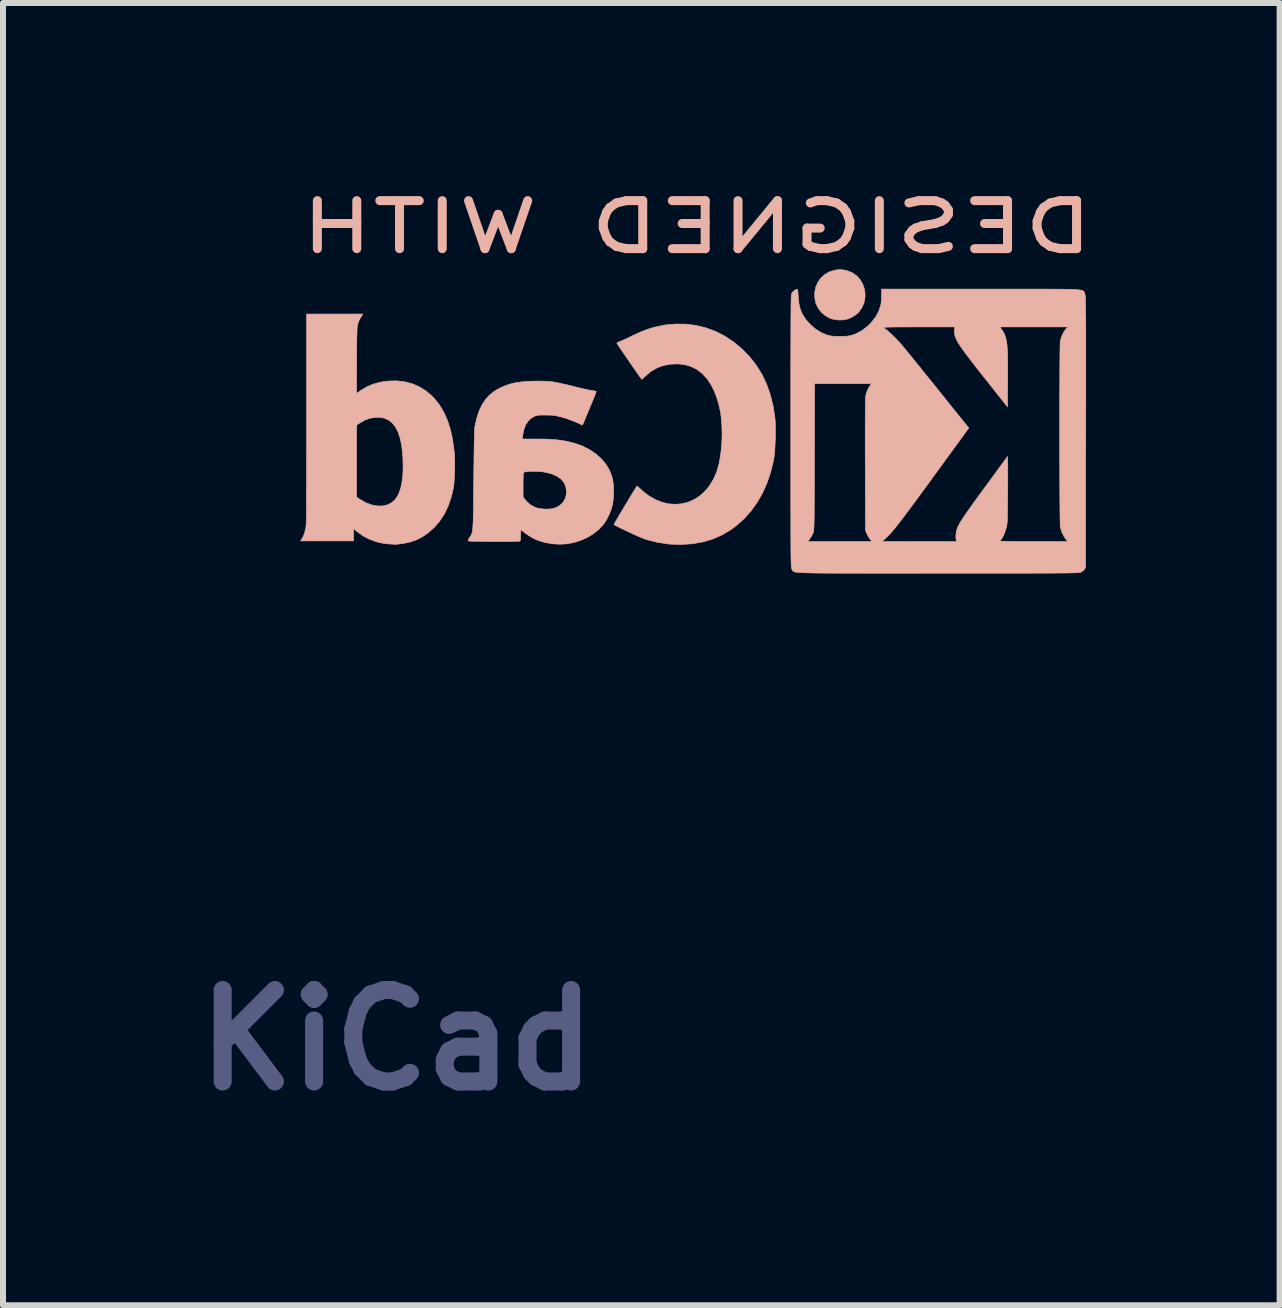
<source format=kicad_pcb>
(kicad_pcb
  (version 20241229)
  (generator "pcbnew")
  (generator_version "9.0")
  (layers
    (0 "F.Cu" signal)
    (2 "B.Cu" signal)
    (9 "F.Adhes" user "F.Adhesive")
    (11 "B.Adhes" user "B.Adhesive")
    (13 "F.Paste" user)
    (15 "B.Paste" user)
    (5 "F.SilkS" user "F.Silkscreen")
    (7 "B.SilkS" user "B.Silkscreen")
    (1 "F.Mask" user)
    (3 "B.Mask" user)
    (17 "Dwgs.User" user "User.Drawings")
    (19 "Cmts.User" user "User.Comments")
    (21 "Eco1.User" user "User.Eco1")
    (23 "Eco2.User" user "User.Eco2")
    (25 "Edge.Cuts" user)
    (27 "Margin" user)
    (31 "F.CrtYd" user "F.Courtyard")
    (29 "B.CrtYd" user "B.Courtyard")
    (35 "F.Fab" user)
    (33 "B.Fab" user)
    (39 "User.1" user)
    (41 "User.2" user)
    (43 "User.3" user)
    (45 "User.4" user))
  (footprint "KiCad"
    (layer "F.Cu")
    (at 8.963 3.931)
    (property "Reference" "KiCad" (at -5.4 10.35 0) (layer "B.Fab") (effects (font (size 1.524 1.524) (thickness 0.3))))
    (attr through_hole)
    (fp_poly (pts (xy 1.933 -2.485) (xy 1.893 -2.478) (xy 1.805 -2.45) (xy 1.729 -2.406) (xy 1.665 -2.348) (xy 1.615 -2.278) (xy 1.58 -2.199) (xy 1.563 -2.112) (xy 1.562 -2.037) (xy 1.568 -1.993) (xy 1.576 -1.949) (xy 1.584 -1.92) (xy 1.622 -1.844) (xy 1.676 -1.775) (xy 1.743 -1.719) (xy 1.819 -1.677) (xy 1.826 -1.674) (xy 1.885 -1.659) (xy 1.953 -1.65) (xy 2.023 -1.65) (xy 2.086 -1.659) (xy 2.098 -1.662) (xy 2.164 -1.687) (xy 2.227 -1.723) (xy 2.281 -1.766) (xy 2.298 -1.783) (xy 2.349 -1.856) (xy 2.383 -1.934) (xy 2.4 -2.015) (xy 2.401 -2.097) (xy 2.387 -2.177) (xy 2.36 -2.253) (xy 2.318 -2.322) (xy 2.264 -2.382) (xy 2.198 -2.43) (xy 2.12 -2.464) (xy 2.088 -2.473) (xy 2.029 -2.485) (xy 1.98 -2.488) (xy 1.933 -2.485)) (stroke (width 0.01) (type solid)) (fill yes) (layer "B.SilkS"))
    (fp_poly (pts (xy -6.904 -0.008) (xy -6.904 0.217) (xy -6.904 0.429) (xy -6.905 0.629) (xy -6.905 0.815) (xy -6.905 0.986) (xy -6.906 1.143) (xy -6.907 1.285) (xy -6.907 1.411) (xy -6.908 1.519) (xy -6.909 1.611) (xy -6.91 1.685) (xy -6.911 1.74) (xy -6.913 1.776) (xy -6.914 1.792) (xy -6.932 1.877) (xy -6.954 1.946) (xy -6.98 1.995) (xy -7.005 2.032) (xy -6.122 2.032) (xy -6.122 1.828) (xy -6.054 1.884) (xy -5.959 1.951) (xy -5.852 2.006) (xy -5.739 2.047) (xy -5.625 2.073) (xy -5.588 2.077) (xy -5.524 2.083) (xy -5.477 2.086) (xy -5.441 2.088) (xy -5.414 2.088) (xy -5.392 2.087) (xy -5.39 2.087) (xy -5.276 2.071) (xy -5.176 2.049) (xy -5.087 2.019) (xy -5.004 1.98) (xy -4.922 1.928) (xy -4.884 1.9) (xy -4.778 1.808) (xy -4.687 1.702) (xy -4.608 1.582) (xy -4.544 1.447) (xy -4.493 1.297) (xy -4.46 1.158) (xy -4.452 1.105) (xy -4.446 1.036) (xy -4.441 0.955) (xy -4.438 0.868) (xy -4.437 0.801) (xy -5.296 0.801) (xy -5.301 0.942) (xy -5.317 1.066) (xy -5.342 1.173) (xy -5.376 1.262) (xy -5.421 1.333) (xy -5.431 1.345) (xy -5.49 1.397) (xy -5.559 1.432) (xy -5.637 1.449) (xy -5.723 1.45) (xy -5.812 1.434) (xy -5.919 1.396) (xy -6.017 1.339) (xy -6.028 1.332) (xy -6.071 1.3) (xy -6.071 0.103) (xy -6.028 0.073) (xy -5.934 0.019) (xy -5.84 -0.014) (xy -5.744 -0.028) (xy -5.688 -0.027) (xy -5.608 -0.013) (xy -5.537 0.019) (xy -5.476 0.067) (xy -5.424 0.133) (xy -5.381 0.216) (xy -5.347 0.318) (xy -5.321 0.437) (xy -5.305 0.574) (xy -5.3 0.643) (xy -5.296 0.801) (xy -4.437 0.801) (xy -4.436 0.778) (xy -4.437 0.691) (xy -4.44 0.61) (xy -4.445 0.54) (xy -4.47 0.354) (xy -4.506 0.184) (xy -4.555 0.029) (xy -4.616 -0.109) (xy -4.69 -0.233) (xy -4.776 -0.342) (xy -4.805 -0.372) (xy -4.907 -0.461) (xy -5.019 -0.532) (xy -5.139 -0.585) (xy -5.267 -0.619) (xy -5.402 -0.635) (xy -5.543 -0.632) (xy -5.553 -0.631) (xy -5.685 -0.611) (xy -5.803 -0.578) (xy -5.91 -0.531) (xy -6.006 -0.472) (xy -6.071 -0.426) (xy -6.07 -0.942) (xy -6.07 -1.045) (xy -6.07 -1.145) (xy -6.069 -1.238) (xy -6.068 -1.323) (xy -6.066 -1.397) (xy -6.064 -1.457) (xy -6.063 -1.503) (xy -6.061 -1.531) (xy -6.06 -1.533) (xy -6.051 -1.585) (xy -6.035 -1.632) (xy -6.009 -1.681) (xy -5.985 -1.72) (xy -5.967 -1.748) (xy -6.904 -1.748) (xy -6.904 -0.008)) (stroke (width 0.01) (type solid)) (fill yes) (layer "B.SilkS"))
    (fp_poly (pts (xy -0.931 -1.566) (xy -1.105 -1.53) (xy -1.214 -1.497) (xy -1.26 -1.48) (xy -1.319 -1.457) (xy -1.383 -1.429) (xy -1.449 -1.399) (xy -1.489 -1.38) (xy -1.545 -1.352) (xy -1.598 -1.327) (xy -1.644 -1.307) (xy -1.679 -1.292) (xy -1.697 -1.285) (xy -1.721 -1.276) (xy -1.734 -1.266) (xy -1.735 -1.264) (xy -1.728 -1.253) (xy -1.712 -1.228) (xy -1.687 -1.191) (xy -1.656 -1.144) (xy -1.619 -1.091) (xy -1.579 -1.032) (xy -1.537 -0.971) (xy -1.495 -0.91) (xy -1.454 -0.85) (xy -1.415 -0.795) (xy -1.381 -0.746) (xy -1.353 -0.706) (xy -1.332 -0.678) (xy -1.321 -0.662) (xy -1.319 -0.66) (xy -1.31 -0.667) (xy -1.29 -0.685) (xy -1.263 -0.71) (xy -1.256 -0.717) (xy -1.167 -0.793) (xy -1.069 -0.85) (xy -0.961 -0.89) (xy -0.843 -0.913) (xy -0.838 -0.913) (xy -0.715 -0.918) (xy -0.6 -0.904) (xy -0.494 -0.873) (xy -0.397 -0.823) (xy -0.31 -0.755) (xy -0.231 -0.67) (xy -0.163 -0.568) (xy -0.104 -0.448) (xy -0.056 -0.312) (xy -0.04 -0.256) (xy -0.023 -0.187) (xy -0.01 -0.126) (xy -0.001 -0.065) (xy 0.007 0.002) (xy 0.013 0.08) (xy 0.015 0.103) (xy 0.019 0.235) (xy 0.016 0.37) (xy 0.006 0.504) (xy -0.011 0.633) (xy -0.034 0.752) (xy -0.063 0.857) (xy -0.071 0.881) (xy -0.125 1.005) (xy -0.191 1.113) (xy -0.267 1.206) (xy -0.353 1.283) (xy -0.447 1.343) (xy -0.548 1.387) (xy -0.653 1.413) (xy -0.762 1.422) (xy -0.873 1.414) (xy -0.985 1.387) (xy -1.097 1.342) (xy -1.206 1.278) (xy -1.312 1.195) (xy -1.329 1.179) (xy -1.36 1.151) (xy -1.384 1.131) (xy -1.398 1.12) (xy -1.401 1.119) (xy -1.409 1.132) (xy -1.426 1.16) (xy -1.451 1.199) (xy -1.481 1.249) (xy -1.515 1.305) (xy -1.552 1.367) (xy -1.591 1.431) (xy -1.629 1.496) (xy -1.667 1.558) (xy -1.701 1.616) (xy -1.731 1.667) (xy -1.755 1.708) (xy -1.773 1.738) (xy -1.782 1.754) (xy -1.783 1.756) (xy -1.773 1.764) (xy -1.748 1.779) (xy -1.71 1.799) (xy -1.661 1.823) (xy -1.605 1.85) (xy -1.545 1.879) (xy -1.482 1.908) (xy -1.421 1.936) (xy -1.363 1.962) (xy -1.311 1.983) (xy -1.269 2) (xy -1.24 2.01) (xy -1.052 2.057) (xy -0.861 2.085) (xy -0.671 2.092) (xy -0.482 2.08) (xy -0.452 2.076) (xy -0.284 2.045) (xy -0.125 1.996) (xy 0.024 1.929) (xy 0.167 1.843) (xy 0.261 1.773) (xy 0.388 1.659) (xy 0.503 1.53) (xy 0.606 1.386) (xy 0.695 1.23) (xy 0.769 1.062) (xy 0.829 0.884) (xy 0.874 0.698) (xy 0.885 0.635) (xy 0.892 0.577) (xy 0.898 0.504) (xy 0.902 0.42) (xy 0.906 0.331) (xy 0.907 0.24) (xy 0.907 0.153) (xy 0.906 0.075) (xy 0.902 0.01) (xy 0.9 -0.01) (xy 0.87 -0.212) (xy 0.823 -0.401) (xy 0.762 -0.577) (xy 0.684 -0.741) (xy 0.589 -0.894) (xy 0.479 -1.035) (xy 0.351 -1.166) (xy 0.207 -1.286) (xy 0.201 -1.29) (xy 0.058 -1.384) (xy -0.094 -1.461) (xy -0.253 -1.519) (xy -0.417 -1.559) (xy -0.586 -1.58) (xy -0.758 -1.582) (xy -0.931 -1.566)) (stroke (width 0.01) (type solid)) (fill yes) (layer "B.SilkS"))
    (fp_poly (pts (xy -3.201 -0.628) (xy -3.317 -0.619) (xy -3.42 -0.604) (xy -3.514 -0.582) (xy -3.603 -0.551) (xy -3.678 -0.518) (xy -3.772 -0.465) (xy -3.853 -0.401) (xy -3.923 -0.325) (xy -3.981 -0.236) (xy -4.03 -0.133) (xy -4.069 -0.013) (xy -4.1 0.125) (xy -4.102 0.132) (xy -4.104 0.152) (xy -4.106 0.19) (xy -4.107 0.246) (xy -4.109 0.318) (xy -4.111 0.404) (xy -4.113 0.504) (xy -4.115 0.615) (xy -4.116 0.737) (xy -4.118 0.868) (xy -4.119 1.006) (xy -4.119 1.011) (xy -4.121 1.164) (xy -4.122 1.298) (xy -4.123 1.415) (xy -4.124 1.516) (xy -4.126 1.601) (xy -4.128 1.674) (xy -4.13 1.734) (xy -4.133 1.784) (xy -4.136 1.825) (xy -4.14 1.858) (xy -4.144 1.885) (xy -4.15 1.906) (xy -4.157 1.924) (xy -4.164 1.94) (xy -4.173 1.955) (xy -4.184 1.97) (xy -4.191 1.981) (xy -4.208 2.008) (xy -4.214 2.023) (xy -4.21 2.03) (xy -4.204 2.034) (xy -4.19 2.035) (xy -4.158 2.037) (xy -4.111 2.038) (xy -4.052 2.039) (xy -3.984 2.04) (xy -3.908 2.041) (xy -3.828 2.041) (xy -3.747 2.041) (xy -3.667 2.041) (xy -3.59 2.041) (xy -3.519 2.041) (xy -3.458 2.04) (xy -3.409 2.039) (xy -3.373 2.038) (xy -3.355 2.036) (xy -3.354 2.036) (xy -3.346 2.029) (xy -3.341 2.013) (xy -3.338 1.985) (xy -3.338 1.94) (xy -3.338 1.939) (xy -3.337 1.899) (xy -3.335 1.869) (xy -3.332 1.851) (xy -3.331 1.849) (xy -3.319 1.855) (xy -3.3 1.871) (xy -3.298 1.873) (xy -3.256 1.907) (xy -3.202 1.944) (xy -3.143 1.979) (xy -3.084 2.008) (xy -3.054 2.021) (xy -2.94 2.056) (xy -2.816 2.079) (xy -2.691 2.087) (xy -2.583 2.082) (xy -2.458 2.061) (xy -2.339 2.024) (xy -2.227 1.974) (xy -2.125 1.912) (xy -2.035 1.84) (xy -1.96 1.758) (xy -1.904 1.674) (xy -1.86 1.585) (xy -1.828 1.503) (xy -1.806 1.421) (xy -1.794 1.334) (xy -1.789 1.235) (xy -1.789 1.206) (xy -2.575 1.206) (xy -2.58 1.274) (xy -2.6 1.338) (xy -2.634 1.392) (xy -2.654 1.413) (xy -2.685 1.44) (xy -2.711 1.458) (xy -2.739 1.472) (xy -2.77 1.484) (xy -2.82 1.496) (xy -2.882 1.502) (xy -2.95 1.501) (xy -3.017 1.494) (xy -3.076 1.481) (xy -3.095 1.474) (xy -3.161 1.44) (xy -3.223 1.39) (xy -3.268 1.338) (xy -3.297 1.297) (xy -3.297 1.096) (xy -3.297 1.019) (xy -3.295 0.959) (xy -3.292 0.916) (xy -3.289 0.893) (xy -3.286 0.889) (xy -3.267 0.883) (xy -3.231 0.878) (xy -3.185 0.874) (xy -3.133 0.872) (xy -3.08 0.872) (xy -3.031 0.874) (xy -3.009 0.875) (xy -2.904 0.892) (xy -2.811 0.918) (xy -2.732 0.954) (xy -2.668 0.999) (xy -2.621 1.052) (xy -2.609 1.072) (xy -2.584 1.137) (xy -2.575 1.206) (xy -1.789 1.206) (xy -1.789 1.204) (xy -1.792 1.109) (xy -1.802 1.027) (xy -1.819 0.953) (xy -1.846 0.882) (xy -1.865 0.841) (xy -1.923 0.746) (xy -1.999 0.658) (xy -2.09 0.578) (xy -2.195 0.509) (xy -2.311 0.45) (xy -2.437 0.405) (xy -2.464 0.398) (xy -2.551 0.377) (xy -2.638 0.36) (xy -2.729 0.348) (xy -2.828 0.34) (xy -2.938 0.335) (xy -3.064 0.334) (xy -3.098 0.334) (xy -3.31 0.334) (xy -3.303 0.272) (xy -3.285 0.178) (xy -3.254 0.098) (xy -3.21 0.032) (xy -3.155 -0.018) (xy -3.112 -0.042) (xy -3.088 -0.052) (xy -3.065 -0.058) (xy -3.038 -0.063) (xy -3.003 -0.065) (xy -2.954 -0.065) (xy -2.921 -0.065) (xy -2.857 -0.064) (xy -2.806 -0.061) (xy -2.76 -0.056) (xy -2.713 -0.046) (xy -2.675 -0.037) (xy -2.605 -0.017) (xy -2.529 0.009) (xy -2.454 0.037) (xy -2.386 0.066) (xy -2.347 0.085) (xy -2.325 0.096) (xy -2.311 0.101) (xy -2.311 0.102) (xy -2.304 0.093) (xy -2.293 0.07) (xy -2.282 0.043) (xy -2.264 -0.001) (xy -2.244 -0.048) (xy -2.235 -0.071) (xy -2.21 -0.129) (xy -2.185 -0.19) (xy -2.159 -0.251) (xy -2.136 -0.31) (xy -2.114 -0.362) (xy -2.097 -0.406) (xy -2.085 -0.438) (xy -2.078 -0.455) (xy -2.078 -0.457) (xy -2.087 -0.462) (xy -2.111 -0.468) (xy -2.138 -0.472) (xy -2.164 -0.476) (xy -2.207 -0.484) (xy -2.263 -0.496) (xy -2.328 -0.511) (xy -2.399 -0.528) (xy -2.461 -0.543) (xy -2.557 -0.567) (xy -2.638 -0.585) (xy -2.705 -0.6) (xy -2.763 -0.612) (xy -2.816 -0.62) (xy -2.866 -0.625) (xy -2.917 -0.628) (xy -2.973 -0.63) (xy -3.037 -0.631) (xy -3.07 -0.631) (xy -3.201 -0.628)) (stroke (width 0.01) (type solid)) (fill yes) (layer "B.SilkS"))
    (fp_poly (pts (xy 4.807 -2.164) (xy 4.615 -2.164) (xy 4.403 -2.164) (xy 4.324 -2.164) (xy 2.677 -2.164) (xy 2.677 -2.06) (xy 2.675 -2.007) (xy 2.671 -1.953) (xy 2.665 -1.907) (xy 2.661 -1.891) (xy 2.629 -1.795) (xy 2.579 -1.702) (xy 2.513 -1.616) (xy 2.436 -1.538) (xy 2.349 -1.473) (xy 2.254 -1.422) (xy 2.194 -1.399) (xy 2.161 -1.39) (xy 2.127 -1.383) (xy 2.09 -1.379) (xy 2.042 -1.377) (xy 1.981 -1.377) (xy 1.919 -1.377) (xy 1.871 -1.379) (xy 1.834 -1.383) (xy 1.8 -1.39) (xy 1.768 -1.399) (xy 1.669 -1.44) (xy 1.577 -1.498) (xy 1.489 -1.574) (xy 1.488 -1.575) (xy 1.417 -1.654) (xy 1.363 -1.734) (xy 1.325 -1.819) (xy 1.301 -1.912) (xy 1.289 -2.018) (xy 1.288 -2.04) (xy 1.284 -2.1) (xy 1.28 -2.141) (xy 1.274 -2.161) (xy 1.271 -2.164) (xy 1.248 -2.157) (xy 1.22 -2.138) (xy 1.194 -2.115) (xy 1.179 -2.094) (xy 1.177 -2.089) (xy 1.175 -2.081) (xy 1.174 -2.069) (xy 1.173 -2.052) (xy 1.171 -2.029) (xy 1.17 -2) (xy 1.169 -1.964) (xy 1.168 -1.92) (xy 1.167 -1.868) (xy 1.167 -1.806) (xy 1.166 -1.733) (xy 1.165 -1.65) (xy 1.165 -1.555) (xy 1.165 -1.447) (xy 1.164 -1.326) (xy 1.164 -1.191) (xy 1.164 -1.04) (xy 1.163 -0.875) (xy 1.163 -0.692) (xy 1.163 -0.493) (xy 1.163 -0.275) (xy 1.163 -0.039) (xy 1.163 0.204) (xy 1.163 0.457) (xy 1.163 0.69) (xy 1.163 0.905) (xy 1.163 1.102) (xy 1.163 1.281) (xy 1.163 1.444) (xy 1.164 1.592) (xy 1.164 1.725) (xy 1.164 1.844) (xy 1.164 1.95) (xy 1.165 2.043) (xy 1.165 2.125) (xy 1.166 2.197) (xy 1.166 2.258) (xy 1.167 2.31) (xy 1.168 2.354) (xy 1.169 2.39) (xy 1.17 2.419) (xy 1.171 2.442) (xy 1.173 2.461) (xy 1.174 2.474) (xy 1.176 2.485) (xy 1.178 2.492) (xy 1.18 2.498) (xy 1.182 2.502) (xy 1.184 2.505) (xy 1.187 2.512) (xy 1.19 2.518) (xy 1.193 2.525) (xy 1.195 2.53) (xy 1.2 2.535) (xy 1.206 2.54) (xy 1.215 2.544) (xy 1.227 2.548) (xy 1.244 2.552) (xy 1.266 2.555) (xy 1.294 2.557) (xy 1.328 2.56) (xy 1.37 2.562) (xy 1.419 2.564) (xy 1.478 2.565) (xy 1.547 2.567) (xy 1.626 2.568) (xy 1.716 2.569) (xy 1.818 2.569) (xy 1.933 2.57) (xy 2.062 2.57) (xy 2.205 2.57) (xy 2.362 2.57) (xy 2.536 2.571) (xy 2.727 2.571) (xy 2.934 2.571) (xy 3.16 2.571) (xy 3.405 2.57) (xy 3.618 2.57) (xy 3.876 2.57) (xy 4.115 2.57) (xy 4.334 2.57) (xy 4.536 2.57) (xy 4.72 2.57) (xy 4.889 2.57) (xy 5.041 2.57) (xy 5.178 2.57) (xy 5.302 2.569) (xy 5.412 2.569) (xy 5.51 2.569) (xy 5.596 2.568) (xy 5.671 2.567) (xy 5.735 2.567) (xy 5.791 2.566) (xy 5.838 2.565) (xy 5.877 2.564) (xy 5.908 2.563) (xy 5.934 2.562) (xy 5.954 2.561) (xy 5.969 2.559) (xy 5.981 2.558) (xy 5.989 2.556) (xy 5.995 2.554) (xy 5.999 2.553) (xy 6.028 2.533) (xy 6.053 2.508) (xy 6.054 2.506) (xy 6.075 2.478) (xy 6.078 0.217) (xy 6.078 -0.036) (xy 6.079 -0.269) (xy 6.079 -0.484) (xy 6.079 -0.68) (xy 6.079 -0.86) (xy 6.079 -1.023) (xy 6.079 -1.17) (xy 6.079 -1.303) (xy 6.079 -1.422) (xy 6.079 -1.528) (xy 6.079 -1.534) (xy 5.778 -1.534) (xy 5.748 -1.5) (xy 5.709 -1.444) (xy 5.677 -1.377) (xy 5.656 -1.306) (xy 5.653 -1.289) (xy 5.652 -1.269) (xy 5.651 -1.231) (xy 5.65 -1.175) (xy 5.649 -1.104) (xy 5.648 -1.017) (xy 5.647 -0.917) (xy 5.646 -0.806) (xy 5.646 -0.684) (xy 5.645 -0.553) (xy 5.645 -0.414) (xy 5.644 -0.27) (xy 5.644 -0.12) (xy 5.644 0.033) (xy 5.644 0.188) (xy 5.644 0.344) (xy 5.644 0.498) (xy 5.644 0.651) (xy 5.645 0.8) (xy 5.645 0.944) (xy 5.646 1.081) (xy 5.646 1.211) (xy 5.647 1.331) (xy 5.648 1.441) (xy 5.649 1.539) (xy 5.65 1.623) (xy 5.651 1.693) (xy 5.652 1.746) (xy 5.653 1.781) (xy 5.654 1.797) (xy 5.676 1.877) (xy 5.715 1.956) (xy 5.747 2.004) (xy 5.777 2.042) (xy 5.213 2.042) (xy 5.105 2.042) (xy 5.004 2.042) (xy 4.912 2.041) (xy 4.831 2.04) (xy 4.763 2.039) (xy 4.709 2.037) (xy 4.671 2.036) (xy 4.651 2.034) (xy 4.648 2.033) (xy 4.655 2.02) (xy 4.664 2.011) (xy 4.683 1.988) (xy 4.704 1.949) (xy 4.726 1.899) (xy 4.745 1.843) (xy 4.752 1.82) (xy 4.757 1.801) (xy 4.761 1.782) (xy 4.765 1.761) (xy 4.768 1.736) (xy 4.77 1.705) (xy 4.772 1.667) (xy 4.773 1.618) (xy 4.775 1.557) (xy 4.776 1.482) (xy 4.776 1.392) (xy 4.777 1.284) (xy 4.778 1.255) (xy 4.778 1.154) (xy 4.779 1.058) (xy 4.779 0.968) (xy 4.779 0.887) (xy 4.779 0.816) (xy 4.779 0.759) (xy 4.779 0.718) (xy 4.778 0.696) (xy 4.775 0.626) (xy 4.415 1.117) (xy 4.329 1.234) (xy 4.255 1.336) (xy 4.191 1.424) (xy 4.137 1.501) (xy 4.091 1.566) (xy 4.053 1.621) (xy 4.022 1.668) (xy 3.996 1.709) (xy 3.976 1.743) (xy 3.96 1.773) (xy 3.947 1.8) (xy 3.937 1.826) (xy 3.936 1.827) (xy 3.922 1.877) (xy 3.915 1.931) (xy 3.914 1.982) (xy 3.921 2.019) (xy 3.928 2.042) (xy 2.684 2.042) (xy 2.515 2.042) (xy 1.448 2.042) (xy 1.482 1.994) (xy 1.505 1.957) (xy 1.527 1.918) (xy 1.535 1.9) (xy 1.538 1.892) (xy 1.54 1.884) (xy 1.543 1.873) (xy 1.545 1.859) (xy 1.547 1.84) (xy 1.548 1.815) (xy 1.55 1.784) (xy 1.551 1.745) (xy 1.552 1.697) (xy 1.553 1.639) (xy 1.554 1.57) (xy 1.554 1.488) (xy 1.555 1.393) (xy 1.555 1.284) (xy 1.556 1.159) (xy 1.556 1.017) (xy 1.556 0.858) (xy 1.557 0.679) (xy 1.557 0.632) (xy 1.56 -0.589) (xy 2.507 -0.589) (xy 2.49 -0.566) (xy 2.451 -0.5) (xy 2.422 -0.427) (xy 2.413 -0.391) (xy 2.411 -0.374) (xy 2.409 -0.344) (xy 2.408 -0.3) (xy 2.407 -0.243) (xy 2.406 -0.171) (xy 2.405 -0.083) (xy 2.404 0.021) (xy 2.404 0.142) (xy 2.404 0.28) (xy 2.404 0.437) (xy 2.404 0.613) (xy 2.405 0.762) (xy 2.408 1.854) (xy 2.43 1.909) (xy 2.449 1.948) (xy 2.472 1.987) (xy 2.484 2.003) (xy 2.515 2.042) (xy 2.684 2.042) (xy 2.75 1.982) (xy 2.774 1.959) (xy 2.8 1.932) (xy 2.829 1.901) (xy 2.861 1.864) (xy 2.897 1.821) (xy 2.938 1.77) (xy 2.984 1.711) (xy 3.037 1.642) (xy 3.096 1.563) (xy 3.163 1.473) (xy 3.239 1.371) (xy 3.324 1.255) (xy 3.419 1.126) (xy 3.524 0.981) (xy 3.579 0.906) (xy 4.129 0.15) (xy 3.776 -0.288) (xy 3.663 -0.43) (xy 3.561 -0.556) (xy 3.47 -0.669) (xy 3.39 -0.768) (xy 3.32 -0.856) (xy 3.258 -0.932) (xy 3.205 -0.998) (xy 3.159 -1.055) (xy 3.119 -1.103) (xy 3.086 -1.144) (xy 3.058 -1.178) (xy 3.034 -1.207) (xy 3.013 -1.231) (xy 2.996 -1.252) (xy 2.98 -1.27) (xy 2.966 -1.286) (xy 2.955 -1.298) (xy 2.906 -1.349) (xy 2.853 -1.401) (xy 2.8 -1.449) (xy 2.752 -1.49) (xy 2.717 -1.516) (xy 2.713 -1.519) (xy 2.712 -1.523) (xy 2.716 -1.525) (xy 2.727 -1.527) (xy 2.745 -1.529) (xy 2.773 -1.53) (xy 2.811 -1.531) (xy 2.862 -1.532) (xy 2.927 -1.533) (xy 3.006 -1.533) (xy 3.102 -1.533) (xy 3.216 -1.534) (xy 3.292 -1.534) (xy 3.891 -1.534) (xy 3.891 -1.46) (xy 3.892 -1.434) (xy 3.895 -1.407) (xy 3.902 -1.38) (xy 3.912 -1.35) (xy 3.927 -1.318) (xy 3.947 -1.28) (xy 3.973 -1.238) (xy 4.007 -1.188) (xy 4.048 -1.13) (xy 4.098 -1.062) (xy 4.157 -0.985) (xy 4.226 -0.895) (xy 4.307 -0.792) (xy 4.399 -0.676) (xy 4.435 -0.631) (xy 4.775 -0.201) (xy 4.778 -0.667) (xy 4.778 -0.804) (xy 4.778 -0.922) (xy 4.777 -1.024) (xy 4.774 -1.11) (xy 4.77 -1.184) (xy 4.765 -1.246) (xy 4.757 -1.299) (xy 4.747 -1.344) (xy 4.735 -1.382) (xy 4.721 -1.417) (xy 4.704 -1.449) (xy 4.684 -1.481) (xy 4.647 -1.534) (xy 5.213 -1.534) (xy 5.778 -1.534) (xy 6.079 -1.534) (xy 6.078 -1.621) (xy 6.078 -1.704) (xy 6.077 -1.775) (xy 6.077 -1.836) (xy 6.076 -1.889) (xy 6.075 -1.933) (xy 6.074 -1.969) (xy 6.073 -1.999) (xy 6.072 -2.023) (xy 6.071 -2.042) (xy 6.069 -2.056) (xy 6.068 -2.067) (xy 6.066 -2.075) (xy 6.064 -2.082) (xy 6.062 -2.087) (xy 6.062 -2.087) (xy 6.058 -2.097) (xy 6.055 -2.106) (xy 6.053 -2.114) (xy 6.049 -2.121) (xy 6.044 -2.128) (xy 6.036 -2.134) (xy 6.025 -2.139) (xy 6.009 -2.144) (xy 5.988 -2.148) (xy 5.96 -2.151) (xy 5.926 -2.154) (xy 5.883 -2.157) (xy 5.831 -2.159) (xy 5.769 -2.16) (xy 5.696 -2.162) (xy 5.612 -2.163) (xy 5.515 -2.163) (xy 5.404 -2.164) (xy 5.279 -2.164) (xy 5.138 -2.164) (xy 4.981 -2.164) (xy 4.807 -2.164)) (stroke (width 0.01) (type solid)) (fill yes) (layer "B.SilkS"))
    (fp_text user "DESIGNED WITH" (at -0.4 -3.2 0) (layer "B.SilkS") (effects (font (size 0.8 1.15) (thickness 0.15)) (justify mirror))))
  (gr_rect
    (start -3 -3)
    (end 18.272 18.699)
    (stroke (width 0.1) (type default))
    (fill no)
    (layer "Edge.Cuts")))
</source>
